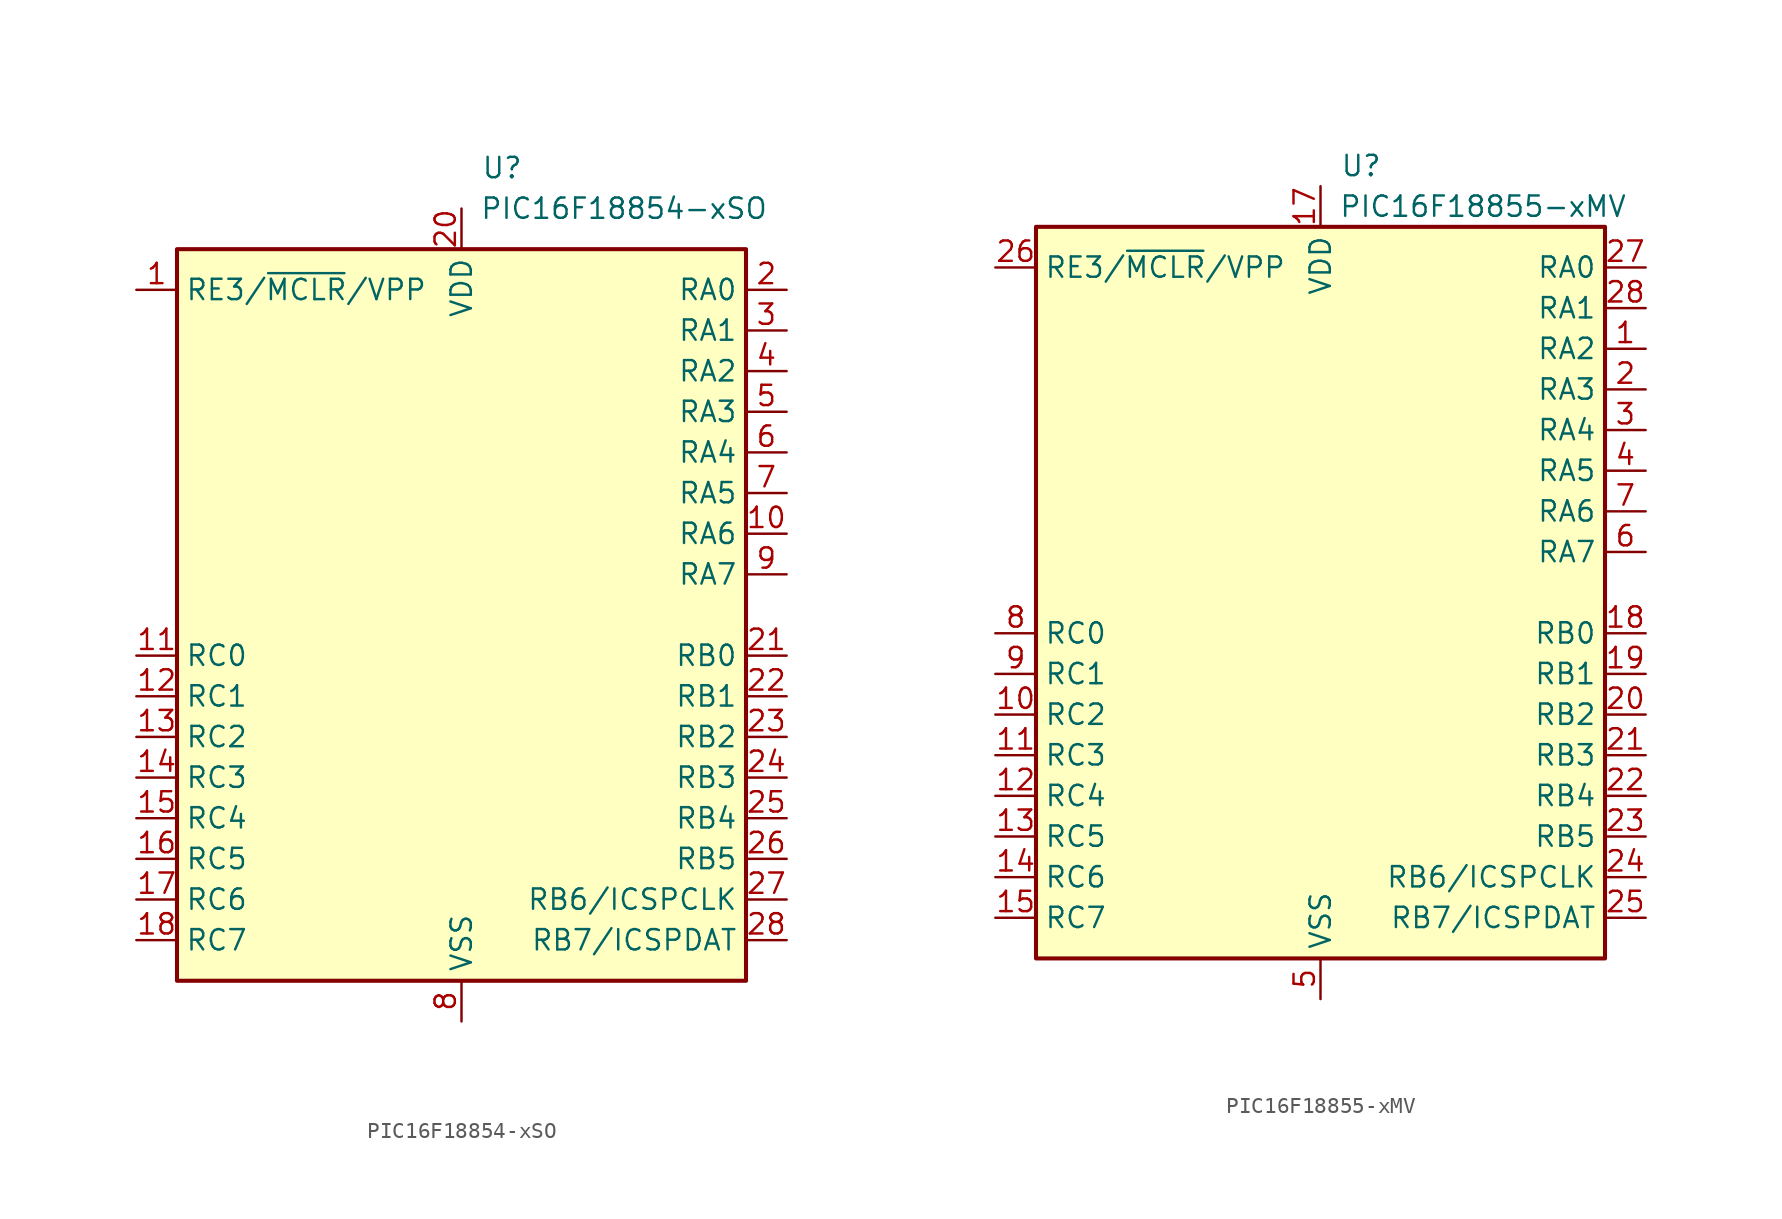
<source format=kicad_sym>
(kicad_symbol_lib
  (version 20200908)
  (generator kicad_symbol_editor)
  (symbol "MCU_Microchip_PIC16:PIC16F18854-xSO"
    (property "Reference" "U"
      (at 2.54 27.94 0)
      (effects (font (size 1.27 1.27))))
    (property "Value" "PIC16F18854-xSO"
      (at 10.16 25.4 0)
      (effects (font (size 1.27 1.27))))
    (symbol "PIC16F18854-xSO_0_1"
      (rectangle (start -17.78 22.86) (end 17.78 -22.86) (stroke (width 0.254)) (fill (type background))))
    (symbol "PIC16F18854-xSO_0_0"
      (pin passive line (at 0 -25.4 90) (length 2.54) hide (name "VSS" (effects (font (size 1.27 1.27)))) (number "19" (effects (font (size 1.27 1.27))))))
    (symbol "PIC16F18854-xSO_1_1"
      (pin input line (at -20.32 20.32 0) (length 2.54) (name "RE3/~MCLR~/VPP" (effects (font (size 1.27 1.27)))) (number "1" (effects (font (size 1.27 1.27)))))
      (pin bidirectional line (at 20.32 5.08 180) (length 2.54) (name "RA6" (effects (font (size 1.27 1.27)))) (number "10" (effects (font (size 1.27 1.27)))))
      (pin bidirectional line (at -20.32 -2.54 0) (length 2.54) (name "RC0" (effects (font (size 1.27 1.27)))) (number "11" (effects (font (size 1.27 1.27)))))
      (pin bidirectional line (at -20.32 -5.08 0) (length 2.54) (name "RC1" (effects (font (size 1.27 1.27)))) (number "12" (effects (font (size 1.27 1.27)))))
      (pin bidirectional line (at -20.32 -7.62 0) (length 2.54) (name "RC2" (effects (font (size 1.27 1.27)))) (number "13" (effects (font (size 1.27 1.27)))))
      (pin bidirectional line (at -20.32 -10.16 0) (length 2.54) (name "RC3" (effects (font (size 1.27 1.27)))) (number "14" (effects (font (size 1.27 1.27)))))
      (pin bidirectional line (at -20.32 -12.7 0) (length 2.54) (name "RC4" (effects (font (size 1.27 1.27)))) (number "15" (effects (font (size 1.27 1.27)))))
      (pin bidirectional line (at -20.32 -15.24 0) (length 2.54) (name "RC5" (effects (font (size 1.27 1.27)))) (number "16" (effects (font (size 1.27 1.27)))))
      (pin bidirectional line (at -20.32 -17.78 0) (length 2.54) (name "RC6" (effects (font (size 1.27 1.27)))) (number "17" (effects (font (size 1.27 1.27)))))
      (pin bidirectional line (at -20.32 -20.32 0) (length 2.54) (name "RC7" (effects (font (size 1.27 1.27)))) (number "18" (effects (font (size 1.27 1.27)))))
      (pin bidirectional line (at 20.32 20.32 180) (length 2.54) (name "RA0" (effects (font (size 1.27 1.27)))) (number "2" (effects (font (size 1.27 1.27)))))
      (pin power_in line (at 0 25.4 270) (length 2.54) (name "VDD" (effects (font (size 1.27 1.27)))) (number "20" (effects (font (size 1.27 1.27)))))
      (pin bidirectional line (at 20.32 -2.54 180) (length 2.54) (name "RB0" (effects (font (size 1.27 1.27)))) (number "21" (effects (font (size 1.27 1.27)))))
      (pin bidirectional line (at 20.32 -5.08 180) (length 2.54) (name "RB1" (effects (font (size 1.27 1.27)))) (number "22" (effects (font (size 1.27 1.27)))))
      (pin bidirectional line (at 20.32 -7.62 180) (length 2.54) (name "RB2" (effects (font (size 1.27 1.27)))) (number "23" (effects (font (size 1.27 1.27)))))
      (pin bidirectional line (at 20.32 -10.16 180) (length 2.54) (name "RB3" (effects (font (size 1.27 1.27)))) (number "24" (effects (font (size 1.27 1.27)))))
      (pin bidirectional line (at 20.32 -12.7 180) (length 2.54) (name "RB4" (effects (font (size 1.27 1.27)))) (number "25" (effects (font (size 1.27 1.27)))))
      (pin bidirectional line (at 20.32 -15.24 180) (length 2.54) (name "RB5" (effects (font (size 1.27 1.27)))) (number "26" (effects (font (size 1.27 1.27)))))
      (pin bidirectional line (at 20.32 -17.78 180) (length 2.54) (name "RB6/ICSPCLK" (effects (font (size 1.27 1.27)))) (number "27" (effects (font (size 1.27 1.27)))))
      (pin bidirectional line (at 20.32 -20.32 180) (length 2.54) (name "RB7/ICSPDAT" (effects (font (size 1.27 1.27)))) (number "28" (effects (font (size 1.27 1.27)))))
      (pin bidirectional line (at 20.32 17.78 180) (length 2.54) (name "RA1" (effects (font (size 1.27 1.27)))) (number "3" (effects (font (size 1.27 1.27)))))
      (pin bidirectional line (at 20.32 15.24 180) (length 2.54) (name "RA2" (effects (font (size 1.27 1.27)))) (number "4" (effects (font (size 1.27 1.27)))))
      (pin bidirectional line (at 20.32 12.7 180) (length 2.54) (name "RA3" (effects (font (size 1.27 1.27)))) (number "5" (effects (font (size 1.27 1.27)))))
      (pin bidirectional line (at 20.32 10.16 180) (length 2.54) (name "RA4" (effects (font (size 1.27 1.27)))) (number "6" (effects (font (size 1.27 1.27)))))
      (pin bidirectional line (at 20.32 7.62 180) (length 2.54) (name "RA5" (effects (font (size 1.27 1.27)))) (number "7" (effects (font (size 1.27 1.27)))))
      (pin power_in line (at 0 -25.4 90) (length 2.54) (name "VSS" (effects (font (size 1.27 1.27)))) (number "8" (effects (font (size 1.27 1.27)))))
      (pin bidirectional line (at 20.32 2.54 180) (length 2.54) (name "RA7" (effects (font (size 1.27 1.27)))) (number "9" (effects (font (size 1.27 1.27)))))))
  (symbol "MCU_Microchip_PIC16:PIC16F18855-xMV"
    (property "Reference" "U"
      (at 2.54 26.67 0)
      (effects (font (size 1.27 1.27))))
    (property "Value" "PIC16F18855-xMV"
      (at 10.16 24.13 0)
      (effects (font (size 1.27 1.27))))
    (symbol "PIC16F18855-xMV_0_1"
      (rectangle (start -17.78 22.86) (end 17.78 -22.86) (stroke (width 0.254)) (fill (type background))))
    (symbol "PIC16F18855-xMV_0_0"
      (pin passive line (at 0 -25.4 90) (length 2.54) hide (name "VSS" (effects (font (size 1.27 1.27)))) (number "29" (effects (font (size 1.27 1.27))))))
    (symbol "PIC16F18855-xMV_1_1"
      (pin bidirectional line (at 20.32 15.24 180) (length 2.54) (name "RA2" (effects (font (size 1.27 1.27)))) (number "1" (effects (font (size 1.27 1.27)))))
      (pin bidirectional line (at -20.32 -7.62 0) (length 2.54) (name "RC2" (effects (font (size 1.27 1.27)))) (number "10" (effects (font (size 1.27 1.27)))))
      (pin bidirectional line (at -20.32 -10.16 0) (length 2.54) (name "RC3" (effects (font (size 1.27 1.27)))) (number "11" (effects (font (size 1.27 1.27)))))
      (pin bidirectional line (at -20.32 -12.7 0) (length 2.54) (name "RC4" (effects (font (size 1.27 1.27)))) (number "12" (effects (font (size 1.27 1.27)))))
      (pin bidirectional line (at -20.32 -15.24 0) (length 2.54) (name "RC5" (effects (font (size 1.27 1.27)))) (number "13" (effects (font (size 1.27 1.27)))))
      (pin bidirectional line (at -20.32 -17.78 0) (length 2.54) (name "RC6" (effects (font (size 1.27 1.27)))) (number "14" (effects (font (size 1.27 1.27)))))
      (pin bidirectional line (at -20.32 -20.32 0) (length 2.54) (name "RC7" (effects (font (size 1.27 1.27)))) (number "15" (effects (font (size 1.27 1.27)))))
      (pin passive line (at 0 -25.4 90) (length 2.54) hide (name "VSS" (effects (font (size 1.27 1.27)))) (number "16" (effects (font (size 1.27 1.27)))))
      (pin power_in line (at 0 25.4 270) (length 2.54) (name "VDD" (effects (font (size 1.27 1.27)))) (number "17" (effects (font (size 1.27 1.27)))))
      (pin bidirectional line (at 20.32 -2.54 180) (length 2.54) (name "RB0" (effects (font (size 1.27 1.27)))) (number "18" (effects (font (size 1.27 1.27)))))
      (pin bidirectional line (at 20.32 -5.08 180) (length 2.54) (name "RB1" (effects (font (size 1.27 1.27)))) (number "19" (effects (font (size 1.27 1.27)))))
      (pin bidirectional line (at 20.32 12.7 180) (length 2.54) (name "RA3" (effects (font (size 1.27 1.27)))) (number "2" (effects (font (size 1.27 1.27)))))
      (pin bidirectional line (at 20.32 -7.62 180) (length 2.54) (name "RB2" (effects (font (size 1.27 1.27)))) (number "20" (effects (font (size 1.27 1.27)))))
      (pin bidirectional line (at 20.32 -10.16 180) (length 2.54) (name "RB3" (effects (font (size 1.27 1.27)))) (number "21" (effects (font (size 1.27 1.27)))))
      (pin bidirectional line (at 20.32 -12.7 180) (length 2.54) (name "RB4" (effects (font (size 1.27 1.27)))) (number "22" (effects (font (size 1.27 1.27)))))
      (pin bidirectional line (at 20.32 -15.24 180) (length 2.54) (name "RB5" (effects (font (size 1.27 1.27)))) (number "23" (effects (font (size 1.27 1.27)))))
      (pin bidirectional line (at 20.32 -17.78 180) (length 2.54) (name "RB6/ICSPCLK" (effects (font (size 1.27 1.27)))) (number "24" (effects (font (size 1.27 1.27)))))
      (pin bidirectional line (at 20.32 -20.32 180) (length 2.54) (name "RB7/ICSPDAT" (effects (font (size 1.27 1.27)))) (number "25" (effects (font (size 1.27 1.27)))))
      (pin input line (at -20.32 20.32 0) (length 2.54) (name "RE3/~MCLR~/VPP" (effects (font (size 1.27 1.27)))) (number "26" (effects (font (size 1.27 1.27)))))
      (pin bidirectional line (at 20.32 20.32 180) (length 2.54) (name "RA0" (effects (font (size 1.27 1.27)))) (number "27" (effects (font (size 1.27 1.27)))))
      (pin bidirectional line (at 20.32 17.78 180) (length 2.54) (name "RA1" (effects (font (size 1.27 1.27)))) (number "28" (effects (font (size 1.27 1.27)))))
      (pin bidirectional line (at 20.32 10.16 180) (length 2.54) (name "RA4" (effects (font (size 1.27 1.27)))) (number "3" (effects (font (size 1.27 1.27)))))
      (pin bidirectional line (at 20.32 7.62 180) (length 2.54) (name "RA5" (effects (font (size 1.27 1.27)))) (number "4" (effects (font (size 1.27 1.27)))))
      (pin power_in line (at 0 -25.4 90) (length 2.54) (name "VSS" (effects (font (size 1.27 1.27)))) (number "5" (effects (font (size 1.27 1.27)))))
      (pin bidirectional line (at 20.32 2.54 180) (length 2.54) (name "RA7" (effects (font (size 1.27 1.27)))) (number "6" (effects (font (size 1.27 1.27)))))
      (pin bidirectional line (at 20.32 5.08 180) (length 2.54) (name "RA6" (effects (font (size 1.27 1.27)))) (number "7" (effects (font (size 1.27 1.27)))))
      (pin bidirectional line (at -20.32 -2.54 0) (length 2.54) (name "RC0" (effects (font (size 1.27 1.27)))) (number "8" (effects (font (size 1.27 1.27)))))
      (pin bidirectional line (at -20.32 -5.08 0) (length 2.54) (name "RC1" (effects (font (size 1.27 1.27)))) (number "9" (effects (font (size 1.27 1.27))))))))
</source>
